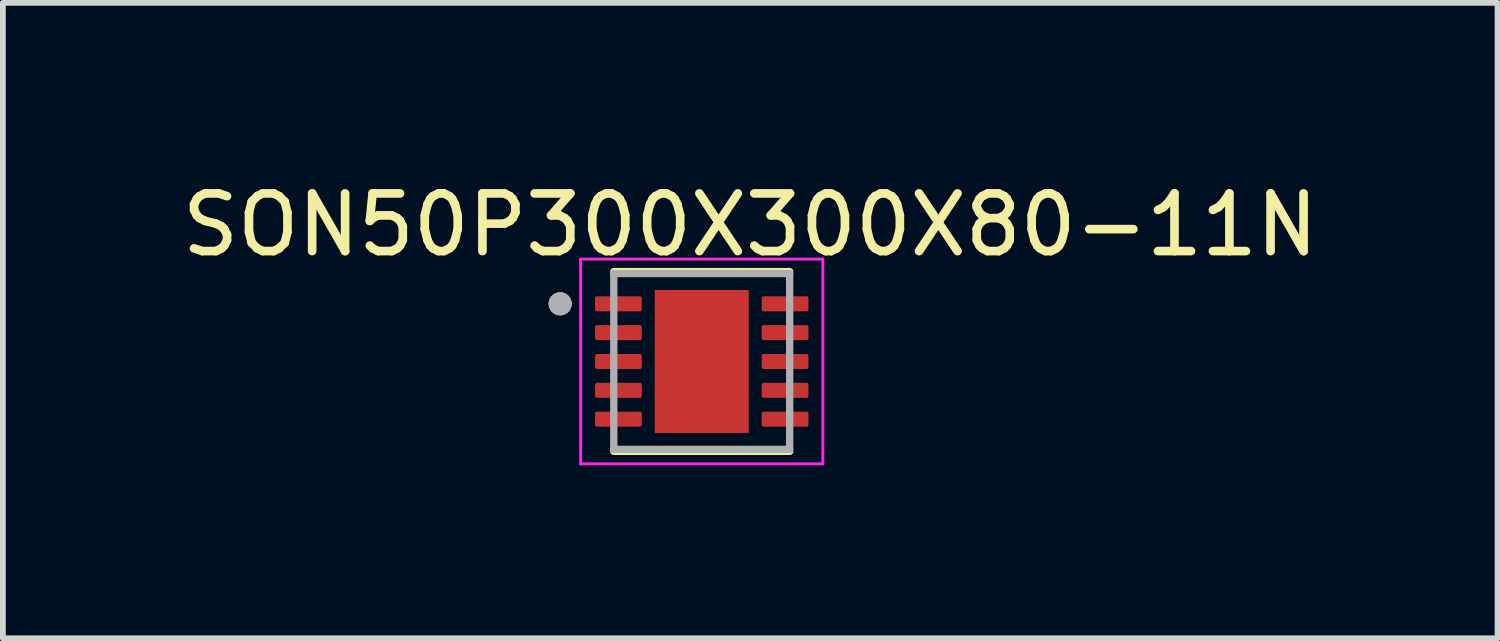
<source format=kicad_pcb>
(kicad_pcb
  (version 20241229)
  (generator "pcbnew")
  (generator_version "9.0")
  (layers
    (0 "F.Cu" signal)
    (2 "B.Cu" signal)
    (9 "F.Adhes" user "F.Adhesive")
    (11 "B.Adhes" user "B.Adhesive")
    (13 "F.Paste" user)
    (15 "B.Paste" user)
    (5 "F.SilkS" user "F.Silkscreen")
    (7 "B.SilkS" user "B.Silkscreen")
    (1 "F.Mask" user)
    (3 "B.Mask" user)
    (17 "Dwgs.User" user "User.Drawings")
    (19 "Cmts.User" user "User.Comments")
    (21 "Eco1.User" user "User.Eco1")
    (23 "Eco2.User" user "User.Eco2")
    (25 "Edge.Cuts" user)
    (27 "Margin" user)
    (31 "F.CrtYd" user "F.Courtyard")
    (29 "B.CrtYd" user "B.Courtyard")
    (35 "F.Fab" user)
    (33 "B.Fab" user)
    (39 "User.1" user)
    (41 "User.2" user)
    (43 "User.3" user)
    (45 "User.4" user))
  (footprint "SON50P300X300X80-11N"
    (layer "F.Cu")
    (at 9.118 3.218)
    (property "Reference" "SON50P300X300X80-11N" (at 0.84 -2.369 0) (layer "F.SilkS") (effects (font (size 1 1) (thickness 0.15))))
    (attr smd)
    (fp_line (start -1.525 -1.558) (end 1.525 -1.558) (stroke (width 0.127) (type solid)) (layer "F.SilkS"))
    (fp_line (start -1.525 1.558) (end 1.525 1.558) (stroke (width 0.127) (type solid)) (layer "F.SilkS"))
    (fp_circle (center -2.455 -1) (end -2.355 -1) (stroke (width 0.2) (type solid)) (fill no) (layer "F.SilkS"))
    (fp_poly (pts (xy -0.51 -0.78) (xy 0.51 -0.78) (xy 0.51 0.78) (xy -0.51 0.78)) (stroke (width 0.01) (type solid)) (fill yes) (layer "F.Paste"))
    (fp_line (start -2.1 -1.775) (end -2.1 1.775) (stroke (width 0.05) (type solid)) (layer "F.CrtYd"))
    (fp_line (start -2.1 -1.775) (end 2.1 -1.775) (stroke (width 0.05) (type solid)) (layer "F.CrtYd"))
    (fp_line (start -2.1 1.775) (end 2.1 1.775) (stroke (width 0.05) (type solid)) (layer "F.CrtYd"))
    (fp_line (start 2.1 -1.775) (end 2.1 1.775) (stroke (width 0.05) (type solid)) (layer "F.CrtYd"))
    (fp_line (start -1.525 -1.525) (end -1.525 1.525) (stroke (width 0.127) (type solid)) (layer "F.Fab"))
    (fp_line (start -1.525 -1.525) (end 1.525 -1.525) (stroke (width 0.127) (type solid)) (layer "F.Fab"))
    (fp_line (start -1.525 1.525) (end 1.525 1.525) (stroke (width 0.127) (type solid)) (layer "F.Fab"))
    (fp_line (start 1.525 -1.525) (end 1.525 1.525) (stroke (width 0.127) (type solid)) (layer "F.Fab"))
    (fp_circle (center -2.455 -1) (end -2.355 -1) (stroke (width 0.2) (type solid)) (fill no) (layer "F.Fab"))
    (pad "1" smd roundrect (at -1.445 -1) (size 0.81 0.26) (layers "F.Cu" "F.Mask" "F.Paste") (roundrect_rratio 0.125))
    (pad "2" smd roundrect (at -1.445 -0.5) (size 0.81 0.26) (layers "F.Cu" "F.Mask" "F.Paste") (roundrect_rratio 0.125))
    (pad "3" smd roundrect (at -1.445 0) (size 0.81 0.26) (layers "F.Cu" "F.Mask" "F.Paste") (roundrect_rratio 0.125))
    (pad "4" smd roundrect (at -1.445 0.5) (size 0.81 0.26) (layers "F.Cu" "F.Mask" "F.Paste") (roundrect_rratio 0.125))
    (pad "5" smd roundrect (at -1.445 1) (size 0.81 0.26) (layers "F.Cu" "F.Mask" "F.Paste") (roundrect_rratio 0.125))
    (pad "6" smd roundrect (at 1.445 1) (size 0.81 0.26) (layers "F.Cu" "F.Mask" "F.Paste") (roundrect_rratio 0.125))
    (pad "7" smd roundrect (at 1.445 0.5) (size 0.81 0.26) (layers "F.Cu" "F.Mask" "F.Paste") (roundrect_rratio 0.125))
    (pad "8" smd roundrect (at 1.445 0) (size 0.81 0.26) (layers "F.Cu" "F.Mask" "F.Paste") (roundrect_rratio 0.125))
    (pad "9" smd roundrect (at 1.445 -0.5) (size 0.81 0.26) (layers "F.Cu" "F.Mask" "F.Paste") (roundrect_rratio 0.125))
    (pad "10" smd roundrect (at 1.445 -1) (size 0.81 0.26) (layers "F.Cu" "F.Mask" "F.Paste") (roundrect_rratio 0.125))
    (pad "11" smd rect (at 0 0) (size 1.63 2.48) (layers "F.Cu" "F.Mask")))
  (gr_rect
    (start -3 -3)
    (end 22.917 8.018)
    (stroke (width 0.1) (type default))
    (fill no)
    (layer "Edge.Cuts")))
</source>
